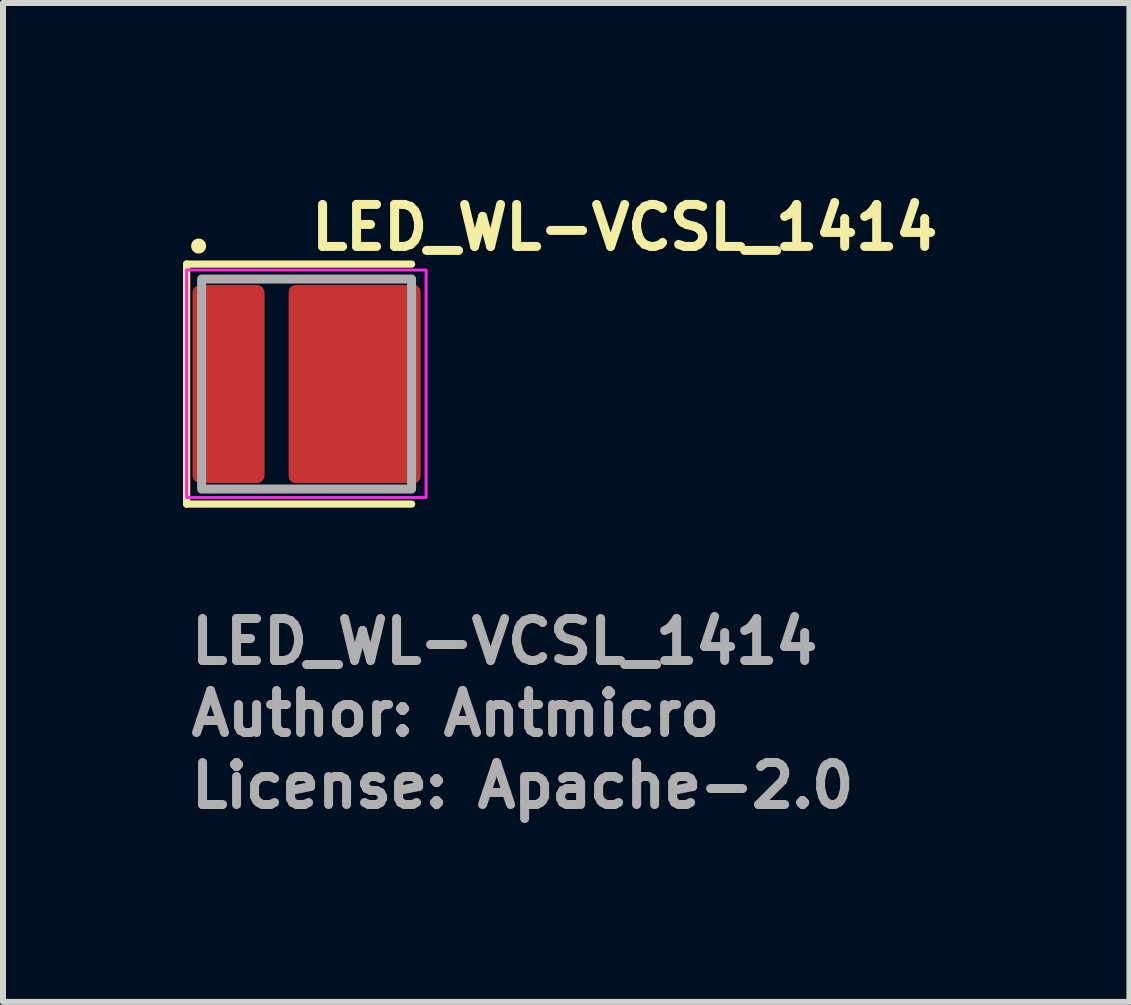
<source format=kicad_pcb>
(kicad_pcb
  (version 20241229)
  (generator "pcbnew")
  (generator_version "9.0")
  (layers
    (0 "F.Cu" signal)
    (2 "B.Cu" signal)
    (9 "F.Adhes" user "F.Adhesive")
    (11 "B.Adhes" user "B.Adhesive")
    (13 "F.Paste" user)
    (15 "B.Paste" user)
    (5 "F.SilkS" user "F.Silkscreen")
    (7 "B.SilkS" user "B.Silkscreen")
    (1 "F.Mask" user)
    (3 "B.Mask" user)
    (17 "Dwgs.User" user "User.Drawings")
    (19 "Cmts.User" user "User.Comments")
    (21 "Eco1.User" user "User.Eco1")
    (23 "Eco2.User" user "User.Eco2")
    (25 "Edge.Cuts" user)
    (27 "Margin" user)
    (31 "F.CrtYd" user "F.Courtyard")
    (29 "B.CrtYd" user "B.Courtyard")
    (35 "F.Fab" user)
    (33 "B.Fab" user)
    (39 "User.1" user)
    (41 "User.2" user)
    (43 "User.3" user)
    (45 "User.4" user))
  (footprint "LED_WL-VCSL_1414"
    (layer "F.Cu")
    (at 2.06 3.35)
    (property "Reference" "LED_WL-VCSL_1414" (at 0 -2.2 0) (unlocked yes) (layer "F.SilkS") (effects (font (size 0.7 0.7) (thickness 0.15)) (justify left bottom)))
    (attr smd)
    (fp_line (start -2 -2) (end -2 2) (stroke (width 0.12) (type solid)) (layer "F.SilkS"))
    (fp_line (start -2 -2) (end 1.75 -2) (stroke (width 0.12) (type solid)) (layer "F.SilkS"))
    (fp_line (start -2 2) (end 1.75 2) (stroke (width 0.12) (type solid)) (layer "F.SilkS"))
    (fp_circle (center -1.8 -2.3) (end -1.75 -2.3) (stroke (width 0.15) (type solid)) (fill yes) (layer "F.SilkS"))
    (fp_rect (start -2 -1.9) (end 1.99 1.89) (stroke (width 0.05) (type solid)) (fill no) (layer "F.CrtYd"))
    (fp_rect (start -1.75 -1.75) (end 1.749 1.749) (stroke (width 0.15) (type solid)) (fill no) (layer "F.Fab"))
    (fp_line (start -1.75 -1.65) (end -1.75 1.65) (stroke (width 0.1) (type solid)) (layer "User.9"))
    (fp_line (start -1.75 -1.65) (end -1.75 1.65) (stroke (width 0.1) (type solid)) (layer "User.9"))
    (fp_line (start -1.75 1.65) (end -1.747 1.676) (stroke (width 0.1) (type solid)) (layer "User.9"))
    (fp_line (start -1.747 -1.676) (end -1.75 -1.65) (stroke (width 0.1) (type solid)) (layer "User.9"))
    (fp_line (start -1.747 1.676) (end -1.737 1.7) (stroke (width 0.1) (type solid)) (layer "User.9"))
    (fp_line (start -1.737 -1.7) (end -1.747 -1.676) (stroke (width 0.1) (type solid)) (layer "User.9"))
    (fp_line (start -1.737 1.7) (end -1.721 1.721) (stroke (width 0.1) (type solid)) (layer "User.9"))
    (fp_line (start -1.721 -1.721) (end -1.737 -1.7) (stroke (width 0.1) (type solid)) (layer "User.9"))
    (fp_line (start -1.721 1.721) (end -1.7 1.737) (stroke (width 0.1) (type solid)) (layer "User.9"))
    (fp_line (start -1.7 -1.737) (end -1.721 -1.721) (stroke (width 0.1) (type solid)) (layer "User.9"))
    (fp_line (start -1.7 1.737) (end -1.676 1.747) (stroke (width 0.1) (type solid)) (layer "User.9"))
    (fp_line (start -1.676 -1.747) (end -1.7 -1.737) (stroke (width 0.1) (type solid)) (layer "User.9"))
    (fp_line (start -1.676 1.747) (end -1.65 1.75) (stroke (width 0.1) (type solid)) (layer "User.9"))
    (fp_line (start -1.65 -1.75) (end -1.676 -1.747) (stroke (width 0.1) (type solid)) (layer "User.9"))
    (fp_line (start -1.65 1.75) (end 1.65 1.75) (stroke (width 0.1) (type solid)) (layer "User.9"))
    (fp_line (start -1.65 1.75) (end 1.65 1.75) (stroke (width 0.1) (type solid)) (layer "User.9"))
    (fp_line (start -1.5 -1.35) (end -1.5 1.35) (stroke (width 0.1) (type solid)) (layer "User.9"))
    (fp_line (start -1.5 -1.35) (end -1.5 1.35) (stroke (width 0.1) (type solid)) (layer "User.9"))
    (fp_line (start -1.5 1.35) (end 1.5 1.35) (stroke (width 0.1) (type solid)) (layer "User.9"))
    (fp_line (start -1.5 1.35) (end 1.5 1.35) (stroke (width 0.1) (type solid)) (layer "User.9"))
    (fp_line (start -1.449 -1.564) (end -1.442 -1.59) (stroke (width 0.1) (type solid)) (layer "User.9"))
    (fp_line (start -1.449 -1.536) (end -1.449 -1.564) (stroke (width 0.1) (type solid)) (layer "User.9"))
    (fp_line (start -1.442 -1.59) (end -1.428 -1.613) (stroke (width 0.1) (type solid)) (layer "User.9"))
    (fp_line (start -1.442 -1.51) (end -1.449 -1.536) (stroke (width 0.1) (type solid)) (layer "User.9"))
    (fp_line (start -1.428 -1.613) (end -1.408 -1.632) (stroke (width 0.1) (type solid)) (layer "User.9"))
    (fp_line (start -1.428 -1.487) (end -1.442 -1.51) (stroke (width 0.1) (type solid)) (layer "User.9"))
    (fp_line (start -1.408 -1.632) (end -1.383 -1.644) (stroke (width 0.1) (type solid)) (layer "User.9"))
    (fp_line (start -1.408 -1.468) (end -1.428 -1.487) (stroke (width 0.1) (type solid)) (layer "User.9"))
    (fp_line (start -1.383 -1.644) (end -1.357 -1.65) (stroke (width 0.1) (type solid)) (layer "User.9"))
    (fp_line (start -1.383 -1.456) (end -1.408 -1.468) (stroke (width 0.1) (type solid)) (layer "User.9"))
    (fp_line (start -1.357 -1.65) (end -1.33 -1.648) (stroke (width 0.1) (type solid)) (layer "User.9"))
    (fp_line (start -1.357 -1.45) (end -1.383 -1.456) (stroke (width 0.1) (type solid)) (layer "User.9"))
    (fp_line (start -1.33 -1.648) (end -1.304 -1.639) (stroke (width 0.1) (type solid)) (layer "User.9"))
    (fp_line (start -1.33 -1.452) (end -1.357 -1.45) (stroke (width 0.1) (type solid)) (layer "User.9"))
    (fp_line (start -1.304 -1.639) (end -1.282 -1.623) (stroke (width 0.1) (type solid)) (layer "User.9"))
    (fp_line (start -1.304 -1.461) (end -1.33 -1.452) (stroke (width 0.1) (type solid)) (layer "User.9"))
    (fp_line (start -1.282 -1.623) (end -1.265 -1.602) (stroke (width 0.1) (type solid)) (layer "User.9"))
    (fp_line (start -1.282 -1.477) (end -1.304 -1.461) (stroke (width 0.1) (type solid)) (layer "User.9"))
    (fp_line (start -1.265 -1.602) (end -1.254 -1.577) (stroke (width 0.1) (type solid)) (layer "User.9"))
    (fp_line (start -1.265 -1.498) (end -1.282 -1.477) (stroke (width 0.1) (type solid)) (layer "User.9"))
    (fp_line (start -1.254 -1.577) (end -1.25 -1.55) (stroke (width 0.1) (type solid)) (layer "User.9"))
    (fp_line (start -1.254 -1.523) (end -1.265 -1.498) (stroke (width 0.1) (type solid)) (layer "User.9"))
    (fp_line (start -1.25 -1.55) (end -1.254 -1.523) (stroke (width 0.1) (type solid)) (layer "User.9"))
    (fp_line (start 1.5 -1.35) (end -1.5 -1.35) (stroke (width 0.1) (type solid)) (layer "User.9"))
    (fp_line (start 1.5 -1.35) (end -1.5 -1.35) (stroke (width 0.1) (type solid)) (layer "User.9"))
    (fp_line (start 1.5 1.35) (end 1.5 -1.35) (stroke (width 0.1) (type solid)) (layer "User.9"))
    (fp_line (start 1.5 1.35) (end 1.5 -1.35) (stroke (width 0.1) (type solid)) (layer "User.9"))
    (fp_line (start 1.65 -1.75) (end -1.65 -1.75) (stroke (width 0.1) (type solid)) (layer "User.9"))
    (fp_line (start 1.65 -1.75) (end -1.65 -1.75) (stroke (width 0.1) (type solid)) (layer "User.9"))
    (fp_line (start 1.65 1.75) (end 1.676 1.747) (stroke (width 0.1) (type solid)) (layer "User.9"))
    (fp_line (start 1.676 -1.747) (end 1.65 -1.75) (stroke (width 0.1) (type solid)) (layer "User.9"))
    (fp_line (start 1.676 1.747) (end 1.7 1.737) (stroke (width 0.1) (type solid)) (layer "User.9"))
    (fp_line (start 1.7 -1.737) (end 1.676 -1.747) (stroke (width 0.1) (type solid)) (layer "User.9"))
    (fp_line (start 1.7 1.737) (end 1.721 1.721) (stroke (width 0.1) (type solid)) (layer "User.9"))
    (fp_line (start 1.721 -1.721) (end 1.7 -1.737) (stroke (width 0.1) (type solid)) (layer "User.9"))
    (fp_line (start 1.721 1.721) (end 1.737 1.7) (stroke (width 0.1) (type solid)) (layer "User.9"))
    (fp_line (start 1.737 -1.7) (end 1.721 -1.721) (stroke (width 0.1) (type solid)) (layer "User.9"))
    (fp_line (start 1.737 1.7) (end 1.747 1.676) (stroke (width 0.1) (type solid)) (layer "User.9"))
    (fp_line (start 1.747 -1.676) (end 1.737 -1.7) (stroke (width 0.1) (type solid)) (layer "User.9"))
    (fp_line (start 1.747 1.676) (end 1.75 1.65) (stroke (width 0.1) (type solid)) (layer "User.9"))
    (fp_line (start 1.75 -1.65) (end 1.747 -1.676) (stroke (width 0.1) (type solid)) (layer "User.9"))
    (fp_line (start 1.75 1.65) (end 1.75 -1.65) (stroke (width 0.1) (type solid)) (layer "User.9"))
    (fp_line (start 1.75 1.65) (end 1.75 -1.65) (stroke (width 0.1) (type solid)) (layer "User.9"))
    (fp_text user "Author: Antmicro" (at -2 5.9 0) (layer "F.Fab") (effects (font (size 0.7 0.7) (thickness 0.15)) (justify left bottom)))
    (fp_text user "License: Apache-2.0" (at -2 7.1 0) (layer "F.Fab") (effects (font (size 0.7 0.7) (thickness 0.15)) (justify left bottom)))
    (fp_text user "${REFERENCE}" (at -2 4.7 0) (unlocked yes) (layer "F.Fab") (effects (font (size 0.7 0.7) (thickness 0.15)) (justify left bottom)))
    (pad "1" smd roundrect (at -1.301 0 90) (size 3.3 1.2) (layers "F.Cu" "F.Mask" "F.Paste") (roundrect_rratio 0.106))
    (pad "2" smd roundrect (at 0.8 0 90) (size 3.3 2.2) (layers "F.Cu" "F.Mask" "F.Paste") (roundrect_rratio 0.051)))
  (gr_rect
    (start -3 -3)
    (end 15.77 13.646)
    (stroke (width 0.1) (type default))
    (fill no)
    (layer "Edge.Cuts")))
</source>
